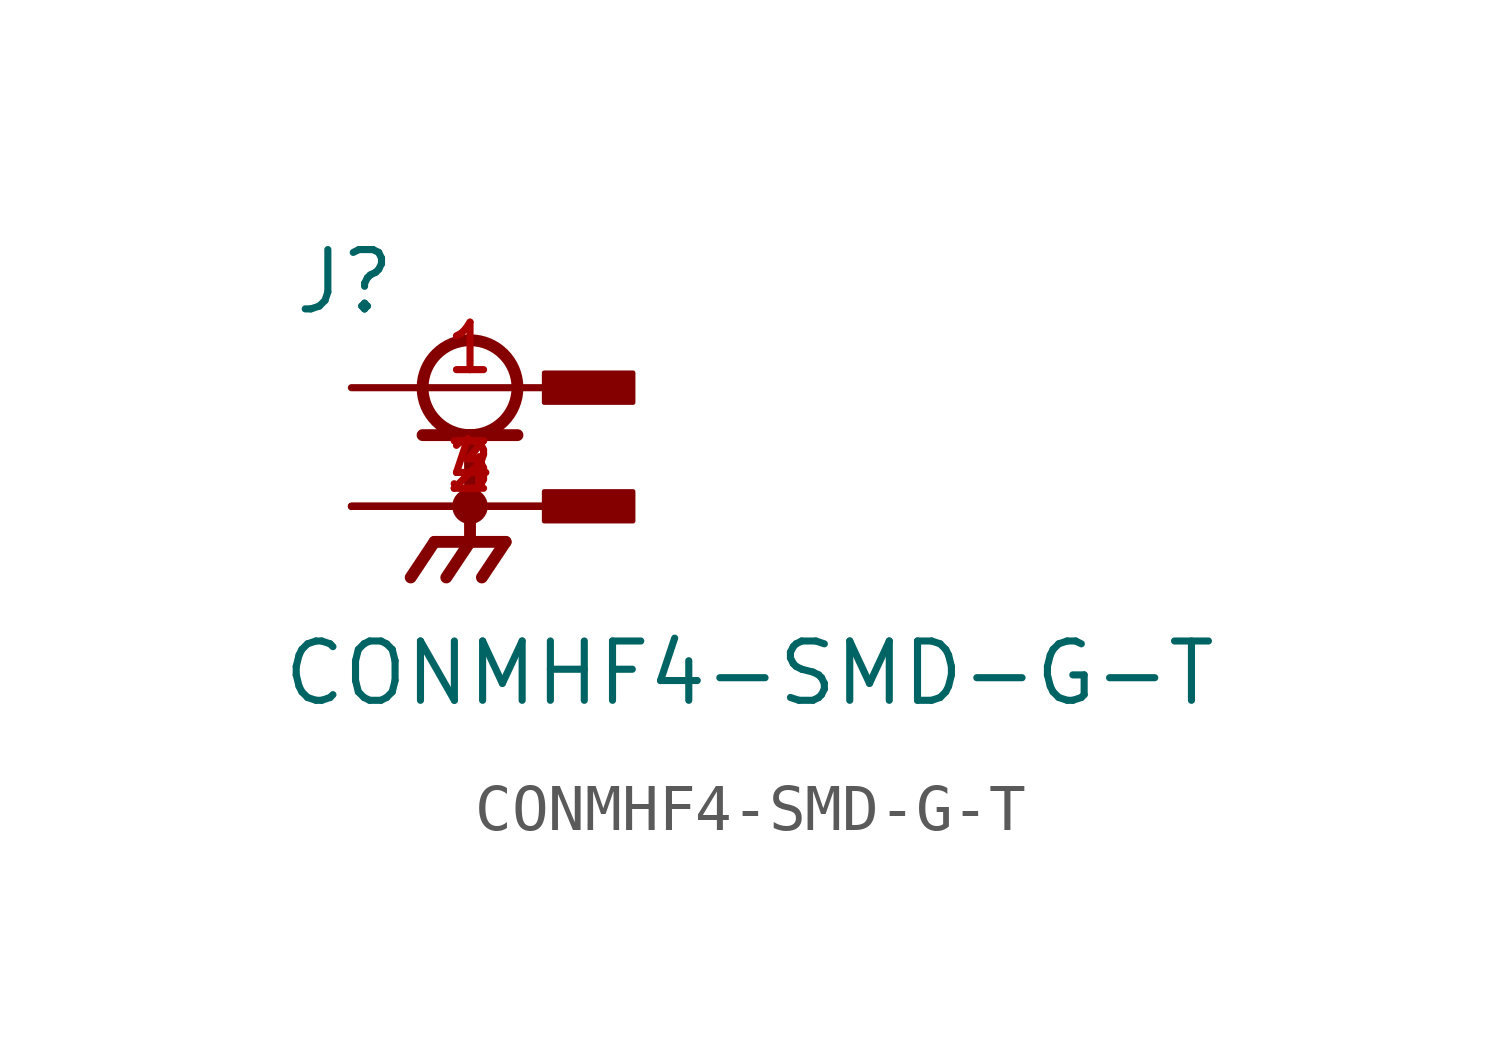
<source format=kicad_sym>
(kicad_symbol_lib
  (version 20211014)
  (generator kicad_symbol_editor)
  (symbol "CONMHF4-SMD-G-T"
    (pin_names
      (offset 1.016))
    (property "Reference" "J"
      (at -1.27 1.524 0)
      (effects (font (size 1.27 1.27)) (justify bottom left)))
    (property "Value" "CONMHF4-SMD-G-T"
      (at -1.524 -6.858 0)
      (effects (font (size 1.27 1.27)) (justify bottom left)))
    (symbol "CONMHF4-SMD-G-T_0_0"
      (circle (center 2.54 0.0) (radius 1.016) (stroke (width 0.254)) (fill (type none)))
      (polyline (pts (xy 1.524 -1.016) (xy 3.556 -1.016)) (stroke (width 0.254)))
      (polyline (pts (xy 2.54 -1.016) (xy 2.54 -3.302)) (stroke (width 0.254)))
      (circle (center 2.54 -2.54) (radius 0.254) (stroke (width 0.254)) (fill (type none)))
      (polyline (pts (xy 3.302 -3.302) (xy 1.778 -3.302)) (stroke (width 0.254)))
      (polyline (pts (xy 1.778 -3.302) (xy 1.27 -4.064)) (stroke (width 0.254)))
      (polyline (pts (xy 2.54 -3.302) (xy 2.032 -4.064)) (stroke (width 0.254)))
      (polyline (pts (xy 3.302 -3.302) (xy 2.794 -4.064)) (stroke (width 0.254)))
      (rectangle (start 4.128 -0.318) (end 6.032 0.318) (stroke (width 0.1)) (fill (type outline)))
      (rectangle (start 4.128 -2.857) (end 6.032 -2.223) (stroke (width 0.1)) (fill (type outline)))
      (pin passive line (at 0.0 0.0 0) (length 5.08) (name "~" (effects (font (size 1.016 1.016)))) (number "1" (effects (font (size 1.016 1.016)))))
      (pin power_in line (at 0.0 -2.54 0) (length 5.08) (name "~" (effects (font (size 1.016 1.016)))) (number "2" (effects (font (size 1.016 1.016)))))
      (pin power_in line (at 0.0 -2.54 0) (length 5.08) (name "~" (effects (font (size 1.016 1.016)))) (number "3" (effects (font (size 1.016 1.016)))))
      (pin power_in line (at 0.0 -2.54 0) (length 5.08) (name "~" (effects (font (size 1.016 1.016)))) (number "4" (effects (font (size 1.016 1.016))))))))
</source>
